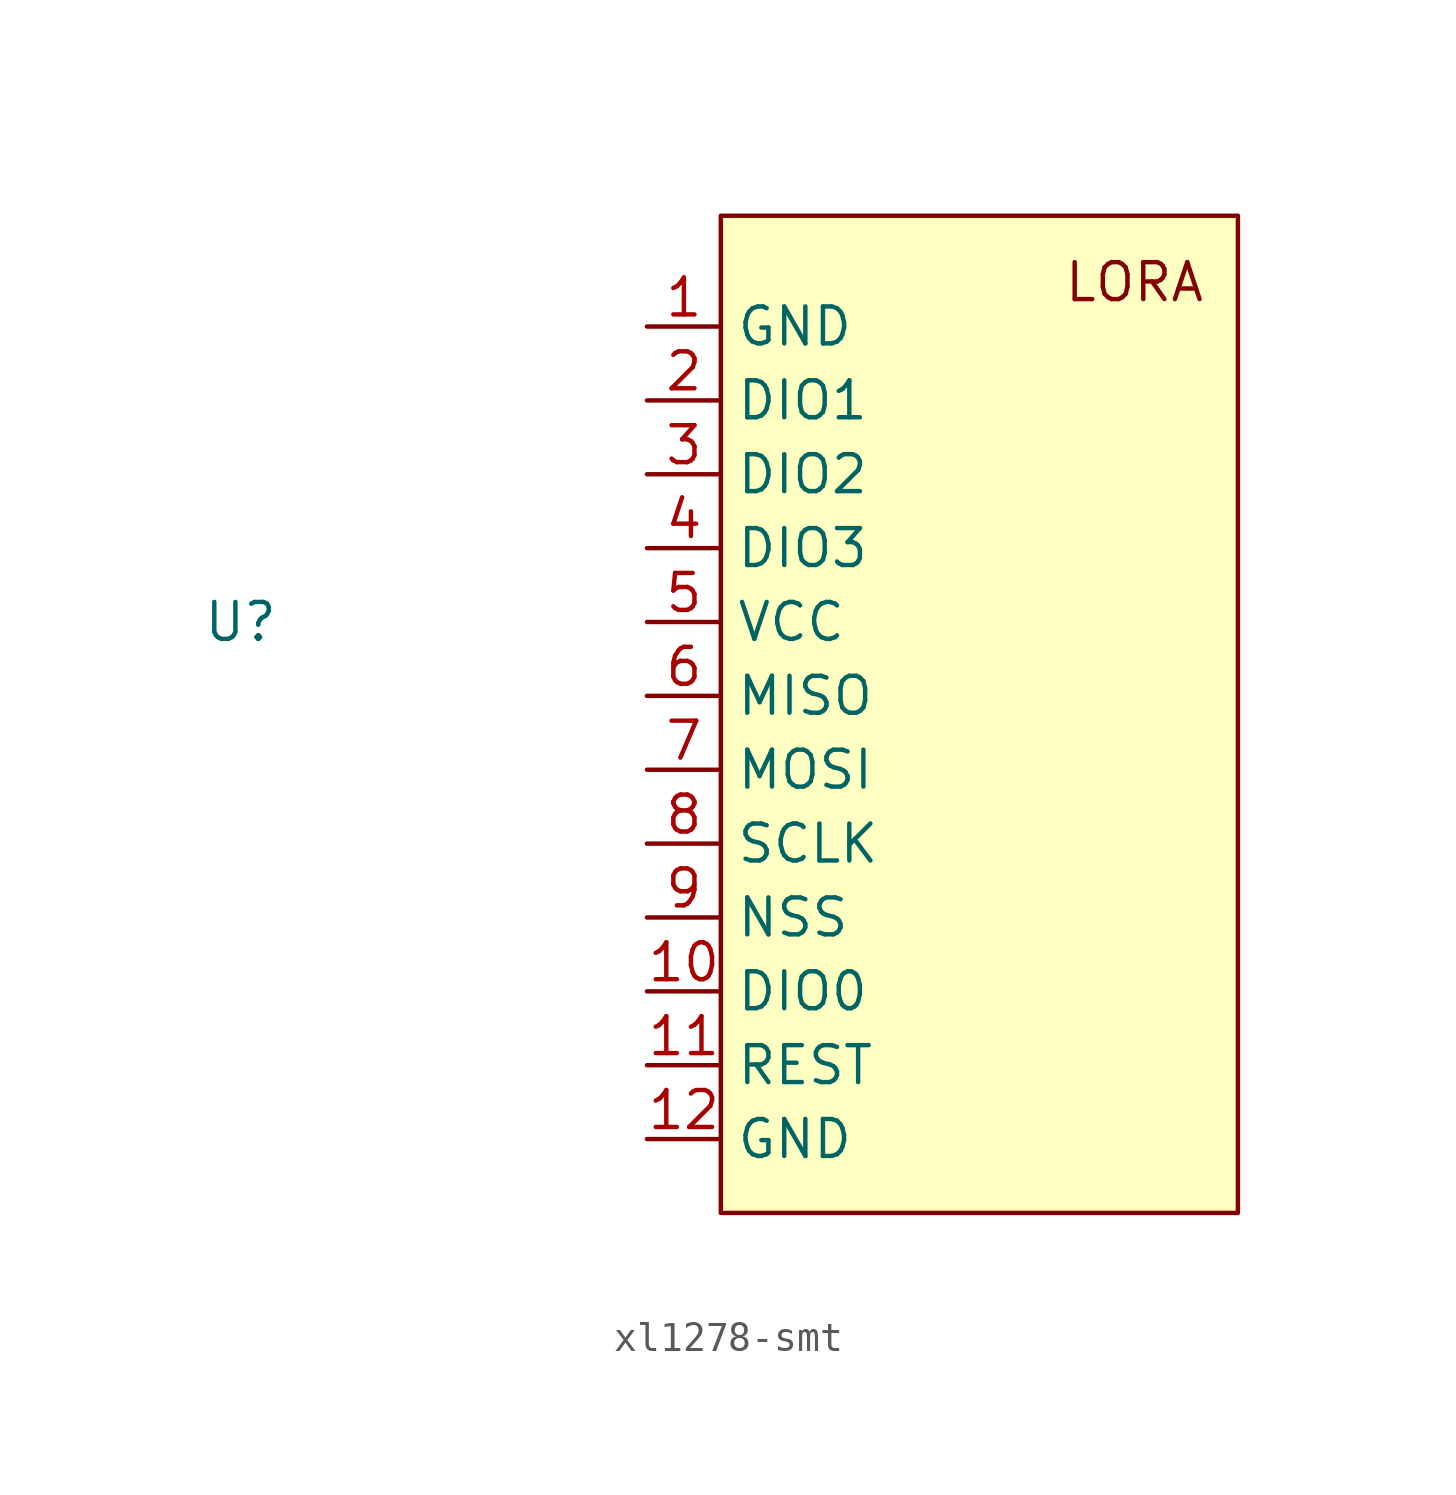
<source format=kicad_sym>
(kicad_symbol_lib
  (version 20241209)
  (generator "kicad_symbol_editor")
  (generator_version "9.0")
  (symbol "xl1278-smt"
    (property "Reference" "U"
      (at 0 0 0)
      (effects (font (size 1.27 1.27))))
    (property "Value" ""
      (at 0 0 0)
      (effects (font (size 1.27 1.27))))
    (symbol "xl1278-smt_1_1"
      (rectangle (start 16.51 13.97) (end 34.29 -20.32) (stroke (width 0) (type solid)) (fill (type background)))
      (text "LORA\n" (at 30.734 11.684 0) (effects (font (size 1.27 1.27))))
      (pin input line (at 13.97 10.16 0) (length 2.54) (name "GND" (effects (font (size 1.27 1.27)))) (number "1" (effects (font (size 1.27 1.27)))))
      (pin input line (at 13.97 7.62 0) (length 2.54) (name "DIO1" (effects (font (size 1.27 1.27)))) (number "2" (effects (font (size 1.27 1.27)))))
      (pin input line (at 13.97 5.08 0) (length 2.54) (name "DIO2" (effects (font (size 1.27 1.27)))) (number "3" (effects (font (size 1.27 1.27)))))
      (pin input line (at 13.97 2.54 0) (length 2.54) (name "DIO3" (effects (font (size 1.27 1.27)))) (number "4" (effects (font (size 1.27 1.27)))))
      (pin input line (at 13.97 0 0) (length 2.54) (name "VCC" (effects (font (size 1.27 1.27)))) (number "5" (effects (font (size 1.27 1.27)))))
      (pin input line (at 13.97 -2.54 0) (length 2.54) (name "MISO" (effects (font (size 1.27 1.27)))) (number "6" (effects (font (size 1.27 1.27)))))
      (pin input line (at 13.97 -5.08 0) (length 2.54) (name "MOSI" (effects (font (size 1.27 1.27)))) (number "7" (effects (font (size 1.27 1.27)))))
      (pin input line (at 13.97 -7.62 0) (length 2.54) (name "SCLK" (effects (font (size 1.27 1.27)))) (number "8" (effects (font (size 1.27 1.27)))))
      (pin input line (at 13.97 -10.16 0) (length 2.54) (name "NSS" (effects (font (size 1.27 1.27)))) (number "9" (effects (font (size 1.27 1.27)))))
      (pin input line (at 13.97 -12.7 0) (length 2.54) (name "DIO0" (effects (font (size 1.27 1.27)))) (number "10" (effects (font (size 1.27 1.27)))))
      (pin input line (at 13.97 -15.24 0) (length 2.54) (name "REST" (effects (font (size 1.27 1.27)))) (number "11" (effects (font (size 1.27 1.27)))))
      (pin input line (at 13.97 -17.78 0) (length 2.54) (name "GND" (effects (font (size 1.27 1.27)))) (number "12" (effects (font (size 1.27 1.27))))))))
</source>
